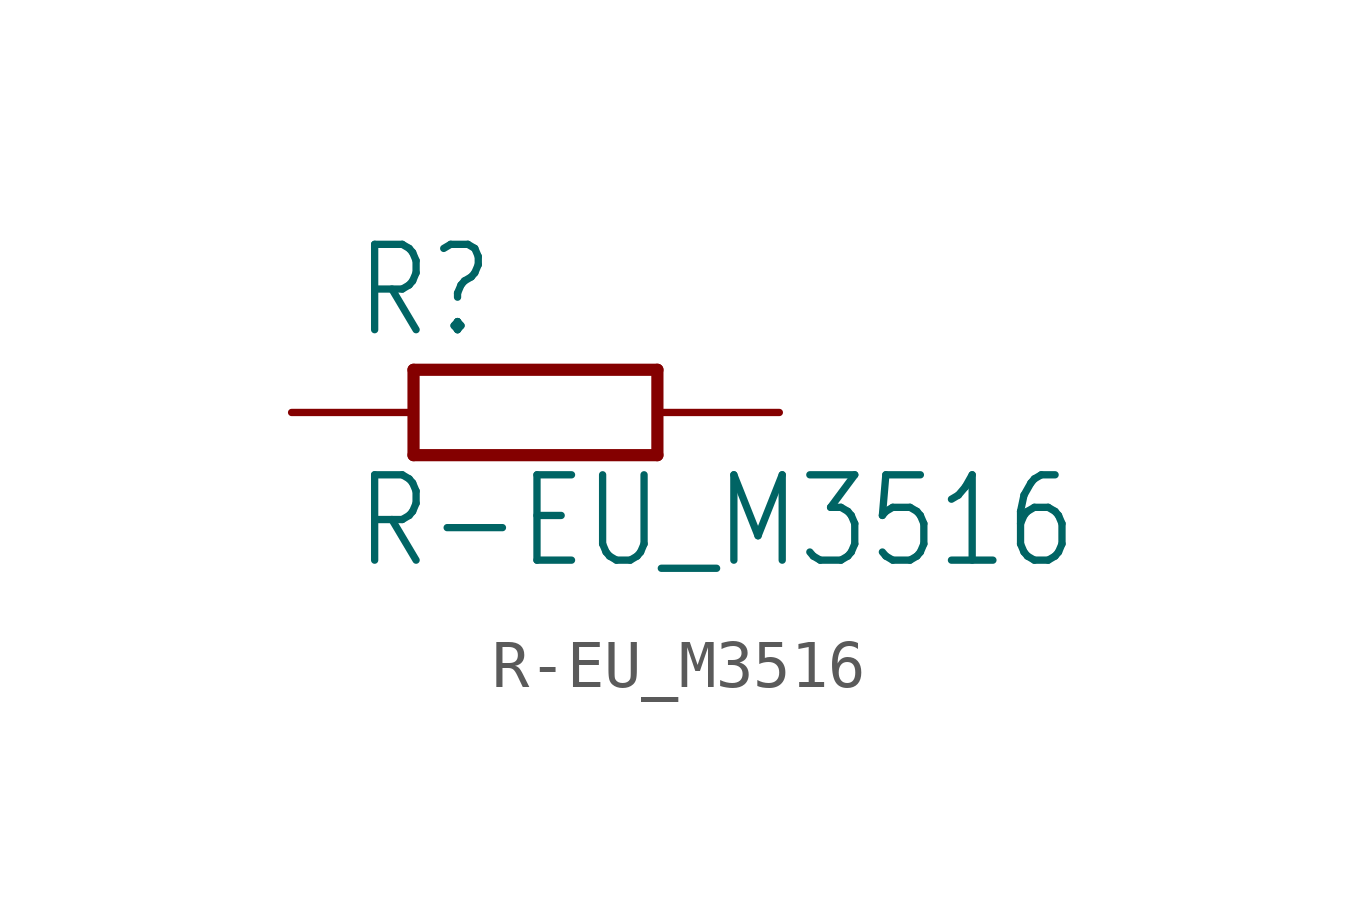
<source format=kicad_sym>
(kicad_symbol_lib
  (version 20211014)
  (generator kicad_symbol_editor)
  (symbol "R-EU_M3516"
    (property "Reference" "R"
      (at -3.81 1.499 0)
      (effects (font (size 1.778 1.511)) (justify left bottom)))
    (property "Value" "R-EU_M3516"
      (at -3.81 -3.302 0)
      (effects (font (size 1.778 1.511)) (justify left bottom)))
    (property "ki_locked" ""
      (at 0 0 0)
      (effects (font (size 1.27 1.27))))
    (symbol "R-EU_M3516_1_0"
      (polyline (pts (xy -2.54 -0.889) (xy -2.54 0.889)) (stroke (width 0.254) (type default) (color 0 0 0 0)) (fill (type none)))
      (polyline (pts (xy -2.54 -0.889) (xy 2.54 -0.889)) (stroke (width 0.254) (type default) (color 0 0 0 0)) (fill (type none)))
      (polyline (pts (xy 2.54 -0.889) (xy 2.54 0.889)) (stroke (width 0.254) (type default) (color 0 0 0 0)) (fill (type none)))
      (polyline (pts (xy 2.54 0.889) (xy -2.54 0.889)) (stroke (width 0.254) (type default) (color 0 0 0 0)) (fill (type none)))
      (pin passive line (at -5.08 0 0) (length 2.54) (name "1" (effects (font (size 0 0)))) (number "1" (effects (font (size 0 0)))))
      (pin passive line (at 5.08 0 180) (length 2.54) (name "2" (effects (font (size 0 0)))) (number "2" (effects (font (size 0 0))))))))
</source>
